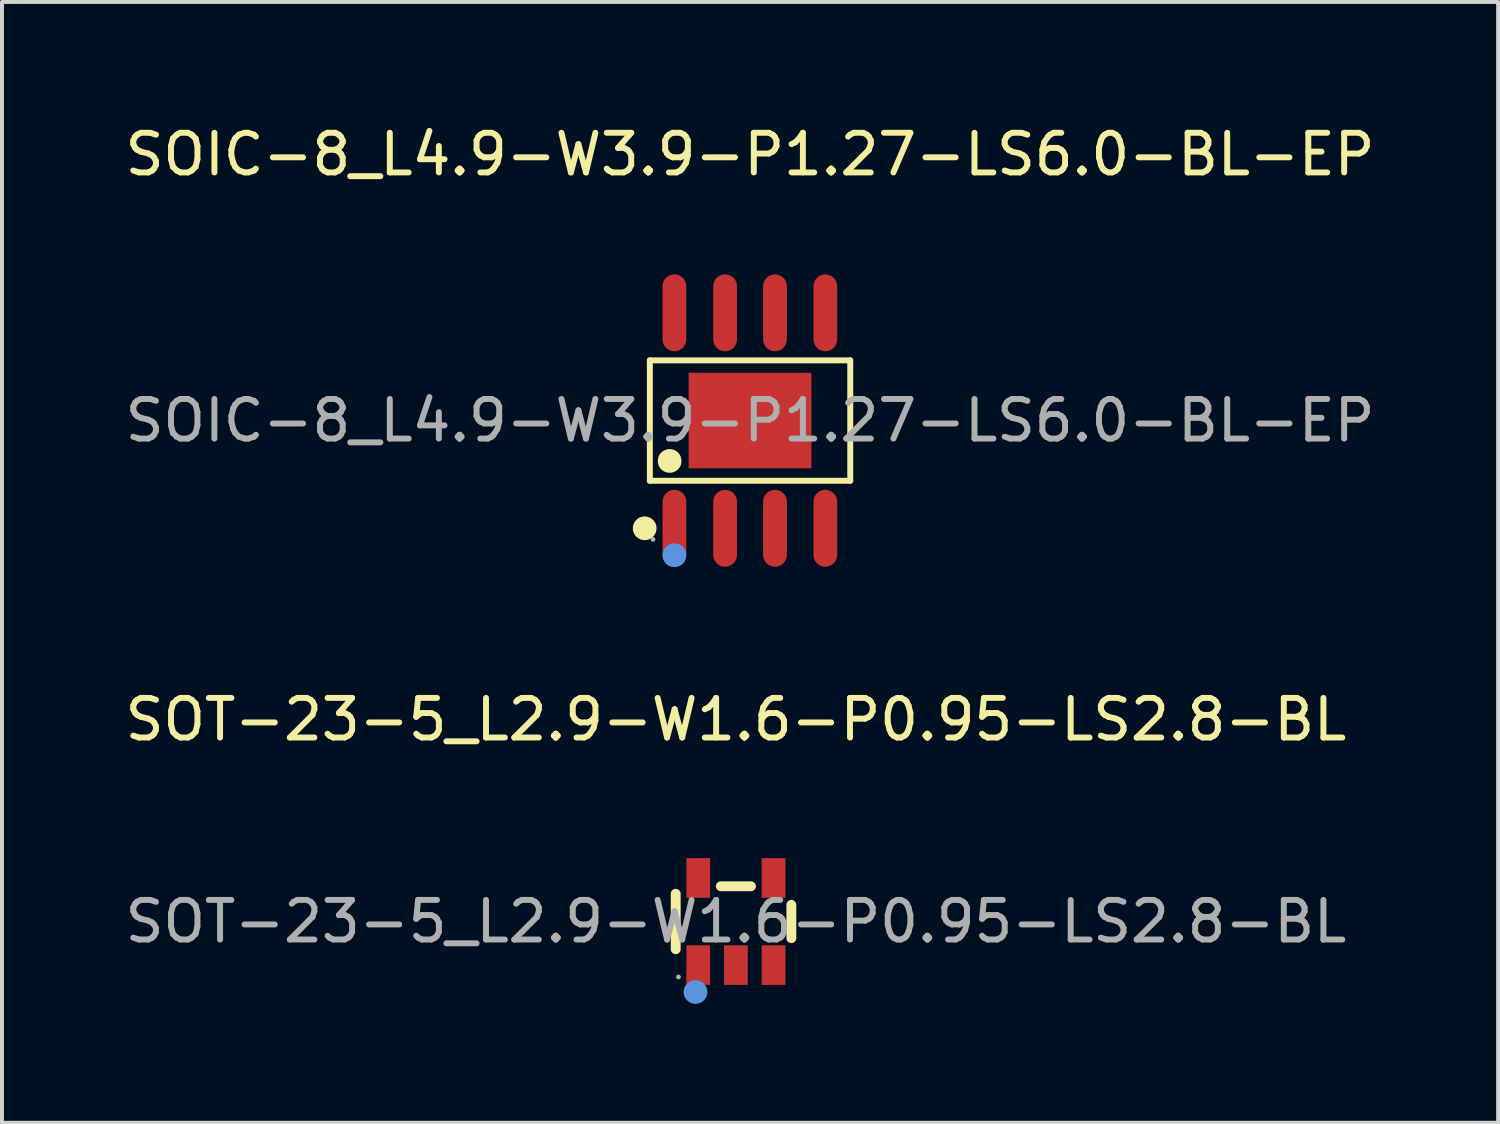
<source format=kicad_pcb>
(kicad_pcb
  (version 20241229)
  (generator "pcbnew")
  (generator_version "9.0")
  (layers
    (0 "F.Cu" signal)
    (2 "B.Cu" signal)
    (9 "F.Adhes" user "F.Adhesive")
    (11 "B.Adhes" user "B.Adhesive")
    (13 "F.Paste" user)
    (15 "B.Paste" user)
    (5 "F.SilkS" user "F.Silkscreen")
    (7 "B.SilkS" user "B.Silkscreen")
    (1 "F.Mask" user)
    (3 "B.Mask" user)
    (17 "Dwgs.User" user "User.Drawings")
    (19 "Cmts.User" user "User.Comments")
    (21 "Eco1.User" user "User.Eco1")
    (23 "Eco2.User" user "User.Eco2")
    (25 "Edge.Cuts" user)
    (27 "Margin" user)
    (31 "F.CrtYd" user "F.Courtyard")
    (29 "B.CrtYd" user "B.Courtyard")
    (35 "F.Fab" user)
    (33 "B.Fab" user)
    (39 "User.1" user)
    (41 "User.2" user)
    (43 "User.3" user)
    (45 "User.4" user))
  (footprint "SOT-23-5_L2.9-W1.6-P0.95-LS2.8-BL"
    (layer "F.Cu")
    (at 15.53 20.216)
    (property "Reference" "SOT-23-5_L2.9-W1.6-P0.95-LS2.8-BL" (at 0 -5.1 0) (layer "F.SilkS") (effects (font (size 1 1) (thickness 0.15))))
    (attr through_hole)
    (fp_line (start -1.52 -0.7) (end -1.52 0.7) (stroke (width 0.25) (type solid)) (layer "F.SilkS"))
    (fp_line (start -0.38 -0.89) (end 0.38 -0.89) (stroke (width 0.25) (type solid)) (layer "F.SilkS"))
    (fp_line (start 1.4 -0.42) (end 1.4 0.42) (stroke (width 0.25) (type solid)) (layer "F.SilkS"))
    (fp_circle (center -1.02 1.78) (end -0.87 1.78) (stroke (width 0.3) (type solid)) (fill no) (layer "Cmts.User"))
    (fp_circle (center -1.45 1.4) (end -1.42 1.4) (stroke (width 0.06) (type solid)) (fill no) (layer "F.Fab"))
    (fp_text user "${REFERENCE}" (at 0 0 0) (layer "F.Fab") (effects (font (size 1 1) (thickness 0.15))))
    (pad "1" smd rect (at -0.95 1.1) (size 0.6 1) (layers "F.Cu" "F.Mask" "F.Paste"))
    (pad "2" smd rect (at 0 1.1) (size 0.6 1) (layers "F.Cu" "F.Mask" "F.Paste"))
    (pad "3" smd rect (at 0.95 1.1) (size 0.6 1) (layers "F.Cu" "F.Mask" "F.Paste"))
    (pad "4" smd rect (at 0.95 -1.1) (size 0.6 1) (layers "F.Cu" "F.Mask" "F.Paste"))
    (pad "5" smd rect (at -0.95 -1.1) (size 0.6 1) (layers "F.Cu" "F.Mask" "F.Paste")))
  (footprint "SOIC-8_L4.9-W3.9-P1.27-LS6.0-BL-EP"
    (layer "F.Cu")
    (at 15.887 7.568)
    (property "Reference" "SOIC-8_L4.9-W3.9-P1.27-LS6.0-BL-EP" (at 0 -6.72 0) (layer "F.SilkS") (effects (font (size 1 1) (thickness 0.15))))
    (attr through_hole)
    (fp_line (start -2.53 -1.52) (end 2.53 -1.52) (stroke (width 0.15) (type solid)) (layer "F.SilkS"))
    (fp_line (start -2.53 1.52) (end -2.53 -1.52) (stroke (width 0.15) (type solid)) (layer "F.SilkS"))
    (fp_line (start 2.53 -1.52) (end 2.53 1.52) (stroke (width 0.15) (type solid)) (layer "F.SilkS"))
    (fp_line (start 2.53 1.52) (end -2.53 1.52) (stroke (width 0.15) (type solid)) (layer "F.SilkS"))
    (fp_circle (center -2.66 2.72) (end -2.51 2.72) (stroke (width 0.3) (type solid)) (fill no) (layer "F.SilkS"))
    (fp_circle (center -2.03 1.02) (end -1.88 1.02) (stroke (width 0.3) (type solid)) (fill no) (layer "F.SilkS"))
    (fp_circle (center -1.91 3.4) (end -1.76 3.4) (stroke (width 0.3) (type solid)) (fill no) (layer "Cmts.User"))
    (fp_circle (center -2.45 3) (end -2.42 3) (stroke (width 0.06) (type solid)) (fill no) (layer "F.Fab"))
    (fp_text user "${REFERENCE}" (at 0 0 0) (layer "F.Fab") (effects (font (size 1 1) (thickness 0.15))))
    (pad "1" smd oval (at -1.91 2.72) (size 0.6 1.94) (layers "F.Cu" "F.Mask" "F.Paste"))
    (pad "2" smd oval (at -0.63 2.72) (size 0.6 1.94) (layers "F.Cu" "F.Mask" "F.Paste"))
    (pad "3" smd oval (at 0.63 2.72) (size 0.6 1.94) (layers "F.Cu" "F.Mask" "F.Paste"))
    (pad "4" smd oval (at 1.9 2.72) (size 0.6 1.94) (layers "F.Cu" "F.Mask" "F.Paste"))
    (pad "5" smd oval (at 1.9 -2.72) (size 0.6 1.94) (layers "F.Cu" "F.Mask" "F.Paste"))
    (pad "6" smd oval (at 0.63 -2.72) (size 0.6 1.94) (layers "F.Cu" "F.Mask" "F.Paste"))
    (pad "7" smd oval (at -0.63 -2.72) (size 0.6 1.94) (layers "F.Cu" "F.Mask" "F.Paste"))
    (pad "8" smd oval (at -1.91 -2.72) (size 0.6 1.94) (layers "F.Cu" "F.Mask" "F.Paste"))
    (pad "9" smd rect (at 0 0) (size 3.1 2.41) (layers "F.Cu" "F.Mask" "F.Paste")))
  (gr_rect
    (start -3 -3)
    (end 34.774 25.297)
    (stroke (width 0.1) (type default))
    (fill no)
    (layer "Edge.Cuts")))
</source>
